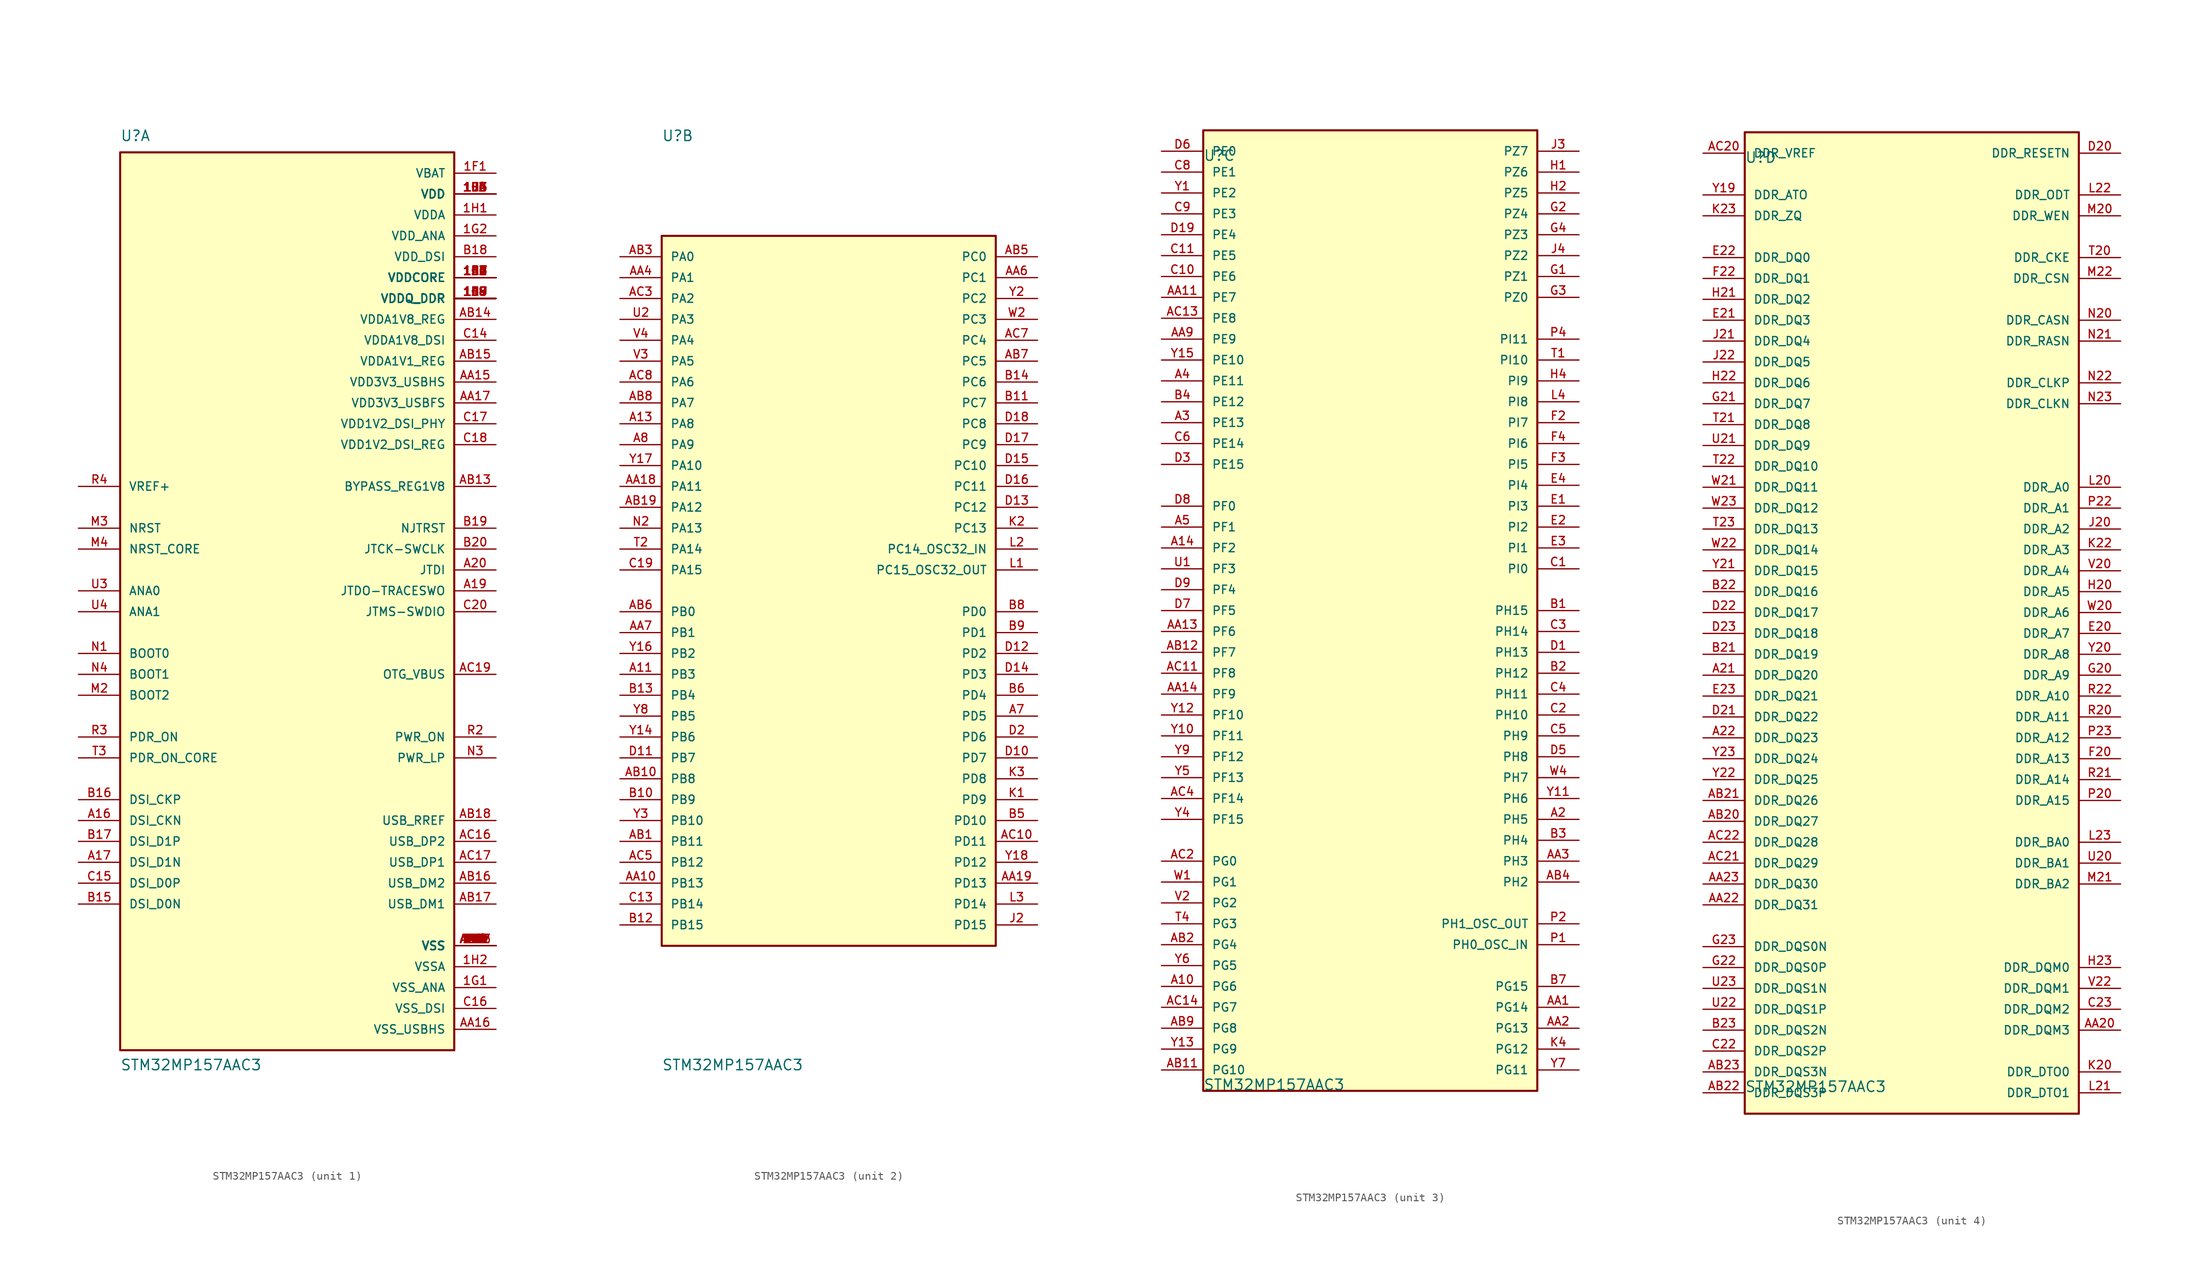
<source format=kicad_sym>
(kicad_symbol_lib
  (version 20211014)
  (generator kicad_symbol_editor)
  (symbol "STM32MP157AAC3"
    (pin_names
      (offset 1.016))
    (property "Reference" "U"
      (at -20.32 54.61 0)
      (effects (font (size 1.27 1.27)) (justify bottom left)))
    (property "Value" "STM32MP157AAC3"
      (at -20.32 -58.42 0)
      (effects (font (size 1.27 1.27)) (justify bottom left)))
    (symbol "STM32MP157AAC3_1_0"
      (rectangle (start -20.32 -55.88) (end 20.32 53.34) (stroke (width 0.254)) (fill (type background)))
      (pin input line (at 25.4 5.08 180.0) (length 5.08) (name "JTCK-SWCLK" (effects (font (size 1.016 1.016)))) (number "B20" (effects (font (size 1.016 1.016)))))
      (pin input line (at 25.4 2.54 180.0) (length 5.08) (name "JTDI" (effects (font (size 1.016 1.016)))) (number "A20" (effects (font (size 1.016 1.016)))))
      (pin output line (at 25.4 0.0 180.0) (length 5.08) (name "JTDO-TRACESWO" (effects (font (size 1.016 1.016)))) (number "A19" (effects (font (size 1.016 1.016)))))
      (pin bidirectional line (at 25.4 -2.54 180.0) (length 5.08) (name "JTMS-SWDIO" (effects (font (size 1.016 1.016)))) (number "C20" (effects (font (size 1.016 1.016)))))
      (pin input line (at 25.4 7.62 180.0) (length 5.08) (name "NJTRST" (effects (font (size 1.016 1.016)))) (number "B19" (effects (font (size 1.016 1.016)))))
      (pin input line (at -25.4 7.62 0) (length 5.08) (name "NRST" (effects (font (size 1.016 1.016)))) (number "M3" (effects (font (size 1.016 1.016)))))
      (pin input line (at -25.4 5.08 0) (length 5.08) (name "NRST_CORE" (effects (font (size 1.016 1.016)))) (number "M4" (effects (font (size 1.016 1.016)))))
      (pin input line (at -25.4 -7.62 0) (length 5.08) (name "BOOT0" (effects (font (size 1.016 1.016)))) (number "N1" (effects (font (size 1.016 1.016)))))
      (pin input line (at -25.4 -10.16 0) (length 5.08) (name "BOOT1" (effects (font (size 1.016 1.016)))) (number "N4" (effects (font (size 1.016 1.016)))))
      (pin input line (at -25.4 -12.7 0) (length 5.08) (name "BOOT2" (effects (font (size 1.016 1.016)))) (number "M2" (effects (font (size 1.016 1.016)))))
      (pin input line (at -25.4 -17.78 0) (length 5.08) (name "PDR_ON" (effects (font (size 1.016 1.016)))) (number "R3" (effects (font (size 1.016 1.016)))))
      (pin input line (at -25.4 -20.32 0) (length 5.08) (name "PDR_ON_CORE" (effects (font (size 1.016 1.016)))) (number "T3" (effects (font (size 1.016 1.016)))))
      (pin output line (at 25.4 -20.32 180.0) (length 5.08) (name "PWR_LP" (effects (font (size 1.016 1.016)))) (number "N3" (effects (font (size 1.016 1.016)))))
      (pin output line (at 25.4 -17.78 180.0) (length 5.08) (name "PWR_ON" (effects (font (size 1.016 1.016)))) (number "R2" (effects (font (size 1.016 1.016)))))
      (pin input line (at -25.4 0.0 0) (length 5.08) (name "ANA0" (effects (font (size 1.016 1.016)))) (number "U3" (effects (font (size 1.016 1.016)))))
      (pin input line (at -25.4 -2.54 0) (length 5.08) (name "ANA1" (effects (font (size 1.016 1.016)))) (number "U4" (effects (font (size 1.016 1.016)))))
      (pin bidirectional line (at 25.4 -10.16 180.0) (length 5.08) (name "OTG_VBUS" (effects (font (size 1.016 1.016)))) (number "AC19" (effects (font (size 1.016 1.016)))))
      (pin bidirectional line (at 25.4 -38.1 180.0) (length 5.08) (name "USB_DM1" (effects (font (size 1.016 1.016)))) (number "AB17" (effects (font (size 1.016 1.016)))))
      (pin bidirectional line (at 25.4 -35.56 180.0) (length 5.08) (name "USB_DM2" (effects (font (size 1.016 1.016)))) (number "AB16" (effects (font (size 1.016 1.016)))))
      (pin bidirectional line (at 25.4 -33.02 180.0) (length 5.08) (name "USB_DP1" (effects (font (size 1.016 1.016)))) (number "AC17" (effects (font (size 1.016 1.016)))))
      (pin bidirectional line (at 25.4 -30.48 180.0) (length 5.08) (name "USB_DP2" (effects (font (size 1.016 1.016)))) (number "AC16" (effects (font (size 1.016 1.016)))))
      (pin input line (at 25.4 -27.94 180.0) (length 5.08) (name "USB_RREF" (effects (font (size 1.016 1.016)))) (number "AB18" (effects (font (size 1.016 1.016)))))
      (pin power_in line (at 25.4 17.78 180.0) (length 5.08) (name "VDD1V2_DSI_REG" (effects (font (size 1.016 1.016)))) (number "C18" (effects (font (size 1.016 1.016)))))
      (pin power_in line (at 25.4 20.32 180.0) (length 5.08) (name "VDD1V2_DSI_PHY" (effects (font (size 1.016 1.016)))) (number "C17" (effects (font (size 1.016 1.016)))))
      (pin power_in line (at 25.4 22.86 180.0) (length 5.08) (name "VDD3V3_USBFS" (effects (font (size 1.016 1.016)))) (number "AA17" (effects (font (size 1.016 1.016)))))
      (pin power_in line (at 25.4 25.4 180.0) (length 5.08) (name "VDD3V3_USBHS" (effects (font (size 1.016 1.016)))) (number "AA15" (effects (font (size 1.016 1.016)))))
      (pin power_in line (at 25.4 27.94 180.0) (length 5.08) (name "VDDA1V1_REG" (effects (font (size 1.016 1.016)))) (number "AB15" (effects (font (size 1.016 1.016)))))
      (pin power_in line (at 25.4 30.48 180.0) (length 5.08) (name "VDDA1V8_DSI" (effects (font (size 1.016 1.016)))) (number "C14" (effects (font (size 1.016 1.016)))))
      (pin power_in line (at 25.4 33.02 180.0) (length 5.08) (name "VDDA1V8_REG" (effects (font (size 1.016 1.016)))) (number "AB14" (effects (font (size 1.016 1.016)))))
      (pin output line (at 25.4 12.7 180.0) (length 5.08) (name "BYPASS_REG1V8" (effects (font (size 1.016 1.016)))) (number "AB13" (effects (font (size 1.016 1.016)))))
      (pin power_in line (at 25.4 40.64 180.0) (length 5.08) (name "VDD_DSI" (effects (font (size 1.016 1.016)))) (number "B18" (effects (font (size 1.016 1.016)))))
      (pin input line (at -25.4 12.7 0) (length 5.08) (name "VREF+" (effects (font (size 1.016 1.016)))) (number "R4" (effects (font (size 1.016 1.016)))))
      (pin power_in line (at 25.4 -43.18 180.0) (length 5.08) (name "VSS" (effects (font (size 1.016 1.016)))) (number "1A3" (effects (font (size 1.016 1.016)))))
      (pin power_in line (at 25.4 -43.18 180.0) (length 5.08) (name "VSS" (effects (font (size 1.016 1.016)))) (number "1A5" (effects (font (size 1.016 1.016)))))
      (pin power_in line (at 25.4 -43.18 180.0) (length 5.08) (name "VSS" (effects (font (size 1.016 1.016)))) (number "1A7" (effects (font (size 1.016 1.016)))))
      (pin power_in line (at 25.4 -43.18 180.0) (length 5.08) (name "VSS" (effects (font (size 1.016 1.016)))) (number "1B2" (effects (font (size 1.016 1.016)))))
      (pin power_in line (at 25.4 -43.18 180.0) (length 5.08) (name "VSS" (effects (font (size 1.016 1.016)))) (number "1B4" (effects (font (size 1.016 1.016)))))
      (pin power_in line (at 25.4 -43.18 180.0) (length 5.08) (name "VSS" (effects (font (size 1.016 1.016)))) (number "1B6" (effects (font (size 1.016 1.016)))))
      (pin power_in line (at 25.4 -43.18 180.0) (length 5.08) (name "VSS" (effects (font (size 1.016 1.016)))) (number "1B8" (effects (font (size 1.016 1.016)))))
      (pin power_in line (at 25.4 -43.18 180.0) (length 5.08) (name "VSS" (effects (font (size 1.016 1.016)))) (number "1C1" (effects (font (size 1.016 1.016)))))
      (pin power_in line (at 25.4 -43.18 180.0) (length 5.08) (name "VSS" (effects (font (size 1.016 1.016)))) (number "1C3" (effects (font (size 1.016 1.016)))))
      (pin power_in line (at 25.4 -43.18 180.0) (length 5.08) (name "VSS" (effects (font (size 1.016 1.016)))) (number "1C5" (effects (font (size 1.016 1.016)))))
      (pin power_in line (at 25.4 -43.18 180.0) (length 5.08) (name "VSS" (effects (font (size 1.016 1.016)))) (number "1C7" (effects (font (size 1.016 1.016)))))
      (pin power_in line (at 25.4 -43.18 180.0) (length 5.08) (name "VSS" (effects (font (size 1.016 1.016)))) (number "1C9" (effects (font (size 1.016 1.016)))))
      (pin power_in line (at 25.4 -43.18 180.0) (length 5.08) (name "VSS" (effects (font (size 1.016 1.016)))) (number "1D2" (effects (font (size 1.016 1.016)))))
      (pin power_in line (at 25.4 -43.18 180.0) (length 5.08) (name "VSS" (effects (font (size 1.016 1.016)))) (number "1D4" (effects (font (size 1.016 1.016)))))
      (pin power_in line (at 25.4 -43.18 180.0) (length 5.08) (name "VSS" (effects (font (size 1.016 1.016)))) (number "1D6" (effects (font (size 1.016 1.016)))))
      (pin power_in line (at 25.4 -43.18 180.0) (length 5.08) (name "VSS" (effects (font (size 1.016 1.016)))) (number "1D8" (effects (font (size 1.016 1.016)))))
      (pin power_in line (at 25.4 -43.18 180.0) (length 5.08) (name "VSS" (effects (font (size 1.016 1.016)))) (number "1E1" (effects (font (size 1.016 1.016)))))
      (pin power_in line (at 25.4 -43.18 180.0) (length 5.08) (name "VSS" (effects (font (size 1.016 1.016)))) (number "1E3" (effects (font (size 1.016 1.016)))))
      (pin power_in line (at 25.4 -43.18 180.0) (length 5.08) (name "VSS" (effects (font (size 1.016 1.016)))) (number "1E5" (effects (font (size 1.016 1.016)))))
      (pin power_in line (at 25.4 -43.18 180.0) (length 5.08) (name "VSS" (effects (font (size 1.016 1.016)))) (number "1E7" (effects (font (size 1.016 1.016)))))
      (pin power_in line (at 25.4 -43.18 180.0) (length 5.08) (name "VSS" (effects (font (size 1.016 1.016)))) (number "1E9" (effects (font (size 1.016 1.016)))))
      (pin power_in line (at 25.4 -43.18 180.0) (length 5.08) (name "VSS" (effects (font (size 1.016 1.016)))) (number "1F2" (effects (font (size 1.016 1.016)))))
      (pin power_in line (at 25.4 -43.18 180.0) (length 5.08) (name "VSS" (effects (font (size 1.016 1.016)))) (number "1F4" (effects (font (size 1.016 1.016)))))
      (pin power_in line (at 25.4 -43.18 180.0) (length 5.08) (name "VSS" (effects (font (size 1.016 1.016)))) (number "1F6" (effects (font (size 1.016 1.016)))))
      (pin power_in line (at 25.4 -43.18 180.0) (length 5.08) (name "VSS" (effects (font (size 1.016 1.016)))) (number "1F8" (effects (font (size 1.016 1.016)))))
      (pin power_in line (at 25.4 -43.18 180.0) (length 5.08) (name "VSS" (effects (font (size 1.016 1.016)))) (number "1G3" (effects (font (size 1.016 1.016)))))
      (pin power_in line (at 25.4 -43.18 180.0) (length 5.08) (name "VSS" (effects (font (size 1.016 1.016)))) (number "1G5" (effects (font (size 1.016 1.016)))))
      (pin power_in line (at 25.4 -43.18 180.0) (length 5.08) (name "VSS" (effects (font (size 1.016 1.016)))) (number "1G7" (effects (font (size 1.016 1.016)))))
      (pin power_in line (at 25.4 -43.18 180.0) (length 5.08) (name "VSS" (effects (font (size 1.016 1.016)))) (number "1G9" (effects (font (size 1.016 1.016)))))
      (pin power_in line (at 25.4 -43.18 180.0) (length 5.08) (name "VSS" (effects (font (size 1.016 1.016)))) (number "1H4" (effects (font (size 1.016 1.016)))))
      (pin power_in line (at 25.4 -43.18 180.0) (length 5.08) (name "VSS" (effects (font (size 1.016 1.016)))) (number "1H6" (effects (font (size 1.016 1.016)))))
      (pin power_in line (at 25.4 -43.18 180.0) (length 5.08) (name "VSS" (effects (font (size 1.016 1.016)))) (number "1H8" (effects (font (size 1.016 1.016)))))
      (pin power_in line (at 25.4 -43.18 180.0) (length 5.08) (name "VSS" (effects (font (size 1.016 1.016)))) (number "1J3" (effects (font (size 1.016 1.016)))))
      (pin power_in line (at 25.4 -43.18 180.0) (length 5.08) (name "VSS" (effects (font (size 1.016 1.016)))) (number "1J5" (effects (font (size 1.016 1.016)))))
      (pin power_in line (at 25.4 -43.18 180.0) (length 5.08) (name "VSS" (effects (font (size 1.016 1.016)))) (number "1J7" (effects (font (size 1.016 1.016)))))
      (pin power_in line (at 25.4 -43.18 180.0) (length 5.08) (name "VSS" (effects (font (size 1.016 1.016)))) (number "A1" (effects (font (size 1.016 1.016)))))
      (pin power_in line (at 25.4 -43.18 180.0) (length 5.08) (name "VSS" (effects (font (size 1.016 1.016)))) (number "A23" (effects (font (size 1.016 1.016)))))
      (pin power_in line (at 25.4 -43.18 180.0) (length 5.08) (name "VSS" (effects (font (size 1.016 1.016)))) (number "AA5" (effects (font (size 1.016 1.016)))))
      (pin power_in line (at 25.4 -43.18 180.0) (length 5.08) (name "VSS" (effects (font (size 1.016 1.016)))) (number "AA8" (effects (font (size 1.016 1.016)))))
      (pin power_in line (at 25.4 -43.18 180.0) (length 5.08) (name "VSS" (effects (font (size 1.016 1.016)))) (number "AA12" (effects (font (size 1.016 1.016)))))
      (pin power_in line (at 25.4 -43.18 180.0) (length 5.08) (name "VSS" (effects (font (size 1.016 1.016)))) (number "AA21" (effects (font (size 1.016 1.016)))))
      (pin power_in line (at 25.4 -43.18 180.0) (length 5.08) (name "VSS" (effects (font (size 1.016 1.016)))) (number "AC1" (effects (font (size 1.016 1.016)))))
      (pin power_in line (at 25.4 -43.18 180.0) (length 5.08) (name "VSS" (effects (font (size 1.016 1.016)))) (number "AC23" (effects (font (size 1.016 1.016)))))
      (pin power_in line (at 25.4 -43.18 180.0) (length 5.08) (name "VSS" (effects (font (size 1.016 1.016)))) (number "C7" (effects (font (size 1.016 1.016)))))
      (pin power_in line (at 25.4 -43.18 180.0) (length 5.08) (name "VSS" (effects (font (size 1.016 1.016)))) (number "C12" (effects (font (size 1.016 1.016)))))
      (pin power_in line (at 25.4 -43.18 180.0) (length 5.08) (name "VSS" (effects (font (size 1.016 1.016)))) (number "C21" (effects (font (size 1.016 1.016)))))
      (pin power_in line (at 25.4 -43.18 180.0) (length 5.08) (name "VSS" (effects (font (size 1.016 1.016)))) (number "D4" (effects (font (size 1.016 1.016)))))
      (pin power_in line (at 25.4 -43.18 180.0) (length 5.08) (name "VSS" (effects (font (size 1.016 1.016)))) (number "F21" (effects (font (size 1.016 1.016)))))
      (pin power_in line (at 25.4 -43.18 180.0) (length 5.08) (name "VSS" (effects (font (size 1.016 1.016)))) (number "H3" (effects (font (size 1.016 1.016)))))
      (pin power_in line (at 25.4 -43.18 180.0) (length 5.08) (name "VSS" (effects (font (size 1.016 1.016)))) (number "K21" (effects (font (size 1.016 1.016)))))
      (pin power_in line (at 25.4 -43.18 180.0) (length 5.08) (name "VSS" (effects (font (size 1.016 1.016)))) (number "P3" (effects (font (size 1.016 1.016)))))
      (pin power_in line (at 25.4 -43.18 180.0) (length 5.08) (name "VSS" (effects (font (size 1.016 1.016)))) (number "P21" (effects (font (size 1.016 1.016)))))
      (pin power_in line (at 25.4 -43.18 180.0) (length 5.08) (name "VSS" (effects (font (size 1.016 1.016)))) (number "V21" (effects (font (size 1.016 1.016)))))
      (pin power_in line (at 25.4 -43.18 180.0) (length 5.08) (name "VSS" (effects (font (size 1.016 1.016)))) (number "W3" (effects (font (size 1.016 1.016)))))
      (pin power_in line (at 25.4 -50.8 180.0) (length 5.08) (name "VSS_DSI" (effects (font (size 1.016 1.016)))) (number "C16" (effects (font (size 1.016 1.016)))))
      (pin power_in line (at 25.4 -53.34 180.0) (length 5.08) (name "VSS_USBHS" (effects (font (size 1.016 1.016)))) (number "AA16" (effects (font (size 1.016 1.016)))))
      (pin input line (at -25.4 -38.1 0) (length 5.08) (name "DSI_D0N" (effects (font (size 1.016 1.016)))) (number "B15" (effects (font (size 1.016 1.016)))))
      (pin input line (at -25.4 -35.56 0) (length 5.08) (name "DSI_D0P" (effects (font (size 1.016 1.016)))) (number "C15" (effects (font (size 1.016 1.016)))))
      (pin input line (at -25.4 -33.02 0) (length 5.08) (name "DSI_D1N" (effects (font (size 1.016 1.016)))) (number "A17" (effects (font (size 1.016 1.016)))))
      (pin input line (at -25.4 -30.48 0) (length 5.08) (name "DSI_D1P" (effects (font (size 1.016 1.016)))) (number "B17" (effects (font (size 1.016 1.016)))))
      (pin input line (at -25.4 -27.94 0) (length 5.08) (name "DSI_CKN" (effects (font (size 1.016 1.016)))) (number "A16" (effects (font (size 1.016 1.016)))))
      (pin input line (at -25.4 -25.4 0) (length 5.08) (name "DSI_CKP" (effects (font (size 1.016 1.016)))) (number "B16" (effects (font (size 1.016 1.016)))))
      (pin power_in line (at 25.4 38.1 180.0) (length 5.08) (name "VDDCORE" (effects (font (size 1.016 1.016)))) (number "1A2" (effects (font (size 1.016 1.016)))))
      (pin power_in line (at 25.4 38.1 180.0) (length 5.08) (name "VDDCORE" (effects (font (size 1.016 1.016)))) (number "1A4" (effects (font (size 1.016 1.016)))))
      (pin power_in line (at 25.4 38.1 180.0) (length 5.08) (name "VDDCORE" (effects (font (size 1.016 1.016)))) (number "1A6" (effects (font (size 1.016 1.016)))))
      (pin power_in line (at 25.4 38.1 180.0) (length 5.08) (name "VDDCORE" (effects (font (size 1.016 1.016)))) (number "1B1" (effects (font (size 1.016 1.016)))))
      (pin power_in line (at 25.4 38.1 180.0) (length 5.08) (name "VDDCORE" (effects (font (size 1.016 1.016)))) (number "1B3" (effects (font (size 1.016 1.016)))))
      (pin power_in line (at 25.4 38.1 180.0) (length 5.08) (name "VDDCORE" (effects (font (size 1.016 1.016)))) (number "1B5" (effects (font (size 1.016 1.016)))))
      (pin power_in line (at 25.4 38.1 180.0) (length 5.08) (name "VDDCORE" (effects (font (size 1.016 1.016)))) (number "1C2" (effects (font (size 1.016 1.016)))))
      (pin power_in line (at 25.4 38.1 180.0) (length 5.08) (name "VDDCORE" (effects (font (size 1.016 1.016)))) (number "1C4" (effects (font (size 1.016 1.016)))))
      (pin power_in line (at 25.4 38.1 180.0) (length 5.08) (name "VDDCORE" (effects (font (size 1.016 1.016)))) (number "1C6" (effects (font (size 1.016 1.016)))))
      (pin power_in line (at 25.4 38.1 180.0) (length 5.08) (name "VDDCORE" (effects (font (size 1.016 1.016)))) (number "1D1" (effects (font (size 1.016 1.016)))))
      (pin power_in line (at 25.4 38.1 180.0) (length 5.08) (name "VDDCORE" (effects (font (size 1.016 1.016)))) (number "1D3" (effects (font (size 1.016 1.016)))))
      (pin power_in line (at 25.4 38.1 180.0) (length 5.08) (name "VDDCORE" (effects (font (size 1.016 1.016)))) (number "1D5" (effects (font (size 1.016 1.016)))))
      (pin power_in line (at 25.4 38.1 180.0) (length 5.08) (name "VDDCORE" (effects (font (size 1.016 1.016)))) (number "1D7" (effects (font (size 1.016 1.016)))))
      (pin power_in line (at 25.4 38.1 180.0) (length 5.08) (name "VDDCORE" (effects (font (size 1.016 1.016)))) (number "1E2" (effects (font (size 1.016 1.016)))))
      (pin power_in line (at 25.4 38.1 180.0) (length 5.08) (name "VDDCORE" (effects (font (size 1.016 1.016)))) (number "1E4" (effects (font (size 1.016 1.016)))))
      (pin power_in line (at 25.4 38.1 180.0) (length 5.08) (name "VDDCORE" (effects (font (size 1.016 1.016)))) (number "1E6" (effects (font (size 1.016 1.016)))))
      (pin power_in line (at 25.4 38.1 180.0) (length 5.08) (name "VDDCORE" (effects (font (size 1.016 1.016)))) (number "1F5" (effects (font (size 1.016 1.016)))))
      (pin power_in line (at 25.4 38.1 180.0) (length 5.08) (name "VDDCORE" (effects (font (size 1.016 1.016)))) (number "1F7" (effects (font (size 1.016 1.016)))))
      (pin power_in line (at 25.4 38.1 180.0) (length 5.08) (name "VDDCORE" (effects (font (size 1.016 1.016)))) (number "1G6" (effects (font (size 1.016 1.016)))))
      (pin power_in line (at 25.4 38.1 180.0) (length 5.08) (name "VDDCORE" (effects (font (size 1.016 1.016)))) (number "1H7" (effects (font (size 1.016 1.016)))))
      (pin power_in line (at 25.4 35.56 180.0) (length 5.08) (name "VDDQ_DDR" (effects (font (size 1.016 1.016)))) (number "1A8" (effects (font (size 1.016 1.016)))))
      (pin power_in line (at 25.4 35.56 180.0) (length 5.08) (name "VDDQ_DDR" (effects (font (size 1.016 1.016)))) (number "1B7" (effects (font (size 1.016 1.016)))))
      (pin power_in line (at 25.4 35.56 180.0) (length 5.08) (name "VDDQ_DDR" (effects (font (size 1.016 1.016)))) (number "1B9" (effects (font (size 1.016 1.016)))))
      (pin power_in line (at 25.4 35.56 180.0) (length 5.08) (name "VDDQ_DDR" (effects (font (size 1.016 1.016)))) (number "1C8" (effects (font (size 1.016 1.016)))))
      (pin power_in line (at 25.4 35.56 180.0) (length 5.08) (name "VDDQ_DDR" (effects (font (size 1.016 1.016)))) (number "1D9" (effects (font (size 1.016 1.016)))))
      (pin power_in line (at 25.4 35.56 180.0) (length 5.08) (name "VDDQ_DDR" (effects (font (size 1.016 1.016)))) (number "1E8" (effects (font (size 1.016 1.016)))))
      (pin power_in line (at 25.4 35.56 180.0) (length 5.08) (name "VDDQ_DDR" (effects (font (size 1.016 1.016)))) (number "1F9" (effects (font (size 1.016 1.016)))))
      (pin power_in line (at 25.4 35.56 180.0) (length 5.08) (name "VDDQ_DDR" (effects (font (size 1.016 1.016)))) (number "1G8" (effects (font (size 1.016 1.016)))))
      (pin power_in line (at 25.4 35.56 180.0) (length 5.08) (name "VDDQ_DDR" (effects (font (size 1.016 1.016)))) (number "1H9" (effects (font (size 1.016 1.016)))))
      (pin power_in line (at 25.4 35.56 180.0) (length 5.08) (name "VDDQ_DDR" (effects (font (size 1.016 1.016)))) (number "1J8" (effects (font (size 1.016 1.016)))))
      (pin power_in line (at 25.4 50.8 180.0) (length 5.08) (name "VBAT" (effects (font (size 1.016 1.016)))) (number "1F1" (effects (font (size 1.016 1.016)))))
      (pin power_in line (at 25.4 48.26 180.0) (length 5.08) (name "VDD" (effects (font (size 1.016 1.016)))) (number "1F3" (effects (font (size 1.016 1.016)))))
      (pin power_in line (at 25.4 48.26 180.0) (length 5.08) (name "VDD" (effects (font (size 1.016 1.016)))) (number "1G4" (effects (font (size 1.016 1.016)))))
      (pin power_in line (at 25.4 48.26 180.0) (length 5.08) (name "VDD" (effects (font (size 1.016 1.016)))) (number "1H3" (effects (font (size 1.016 1.016)))))
      (pin power_in line (at 25.4 48.26 180.0) (length 5.08) (name "VDD" (effects (font (size 1.016 1.016)))) (number "1H5" (effects (font (size 1.016 1.016)))))
      (pin power_in line (at 25.4 48.26 180.0) (length 5.08) (name "VDD" (effects (font (size 1.016 1.016)))) (number "1J2" (effects (font (size 1.016 1.016)))))
      (pin power_in line (at 25.4 48.26 180.0) (length 5.08) (name "VDD" (effects (font (size 1.016 1.016)))) (number "1J4" (effects (font (size 1.016 1.016)))))
      (pin power_in line (at 25.4 48.26 180.0) (length 5.08) (name "VDD" (effects (font (size 1.016 1.016)))) (number "1J6" (effects (font (size 1.016 1.016)))))
      (pin power_in line (at 25.4 -45.72 180.0) (length 5.08) (name "VSSA" (effects (font (size 1.016 1.016)))) (number "1H2" (effects (font (size 1.016 1.016)))))
      (pin power_in line (at 25.4 45.72 180.0) (length 5.08) (name "VDDA" (effects (font (size 1.016 1.016)))) (number "1H1" (effects (font (size 1.016 1.016)))))
      (pin power_in line (at 25.4 43.18 180.0) (length 5.08) (name "VDD_ANA" (effects (font (size 1.016 1.016)))) (number "1G2" (effects (font (size 1.016 1.016)))))
      (pin power_in line (at 25.4 -48.26 180.0) (length 5.08) (name "VSS_ANA" (effects (font (size 1.016 1.016)))) (number "1G1" (effects (font (size 1.016 1.016))))))
    (symbol "STM32MP157AAC3_2_0"
      (rectangle (start -20.32 -43.18) (end 20.32 43.18) (stroke (width 0.254)) (fill (type background)))
      (pin bidirectional line (at -25.4 40.64 0) (length 5.08) (name "PA0" (effects (font (size 1.016 1.016)))) (number "AB3" (effects (font (size 1.016 1.016)))))
      (pin bidirectional line (at -25.4 38.1 0) (length 5.08) (name "PA1" (effects (font (size 1.016 1.016)))) (number "AA4" (effects (font (size 1.016 1.016)))))
      (pin bidirectional line (at -25.4 35.56 0) (length 5.08) (name "PA2" (effects (font (size 1.016 1.016)))) (number "AC3" (effects (font (size 1.016 1.016)))))
      (pin bidirectional line (at -25.4 33.02 0) (length 5.08) (name "PA3" (effects (font (size 1.016 1.016)))) (number "U2" (effects (font (size 1.016 1.016)))))
      (pin bidirectional line (at -25.4 30.48 0) (length 5.08) (name "PA4" (effects (font (size 1.016 1.016)))) (number "V4" (effects (font (size 1.016 1.016)))))
      (pin bidirectional line (at -25.4 27.94 0) (length 5.08) (name "PA5" (effects (font (size 1.016 1.016)))) (number "V3" (effects (font (size 1.016 1.016)))))
      (pin bidirectional line (at -25.4 25.4 0) (length 5.08) (name "PA6" (effects (font (size 1.016 1.016)))) (number "AC8" (effects (font (size 1.016 1.016)))))
      (pin bidirectional line (at -25.4 22.86 0) (length 5.08) (name "PA7" (effects (font (size 1.016 1.016)))) (number "AB8" (effects (font (size 1.016 1.016)))))
      (pin bidirectional line (at -25.4 20.32 0) (length 5.08) (name "PA8" (effects (font (size 1.016 1.016)))) (number "A13" (effects (font (size 1.016 1.016)))))
      (pin bidirectional line (at -25.4 17.78 0) (length 5.08) (name "PA9" (effects (font (size 1.016 1.016)))) (number "A8" (effects (font (size 1.016 1.016)))))
      (pin bidirectional line (at -25.4 15.24 0) (length 5.08) (name "PA10" (effects (font (size 1.016 1.016)))) (number "Y17" (effects (font (size 1.016 1.016)))))
      (pin bidirectional line (at -25.4 12.7 0) (length 5.08) (name "PA11" (effects (font (size 1.016 1.016)))) (number "AA18" (effects (font (size 1.016 1.016)))))
      (pin bidirectional line (at -25.4 10.16 0) (length 5.08) (name "PA12" (effects (font (size 1.016 1.016)))) (number "AB19" (effects (font (size 1.016 1.016)))))
      (pin bidirectional line (at -25.4 7.62 0) (length 5.08) (name "PA13" (effects (font (size 1.016 1.016)))) (number "N2" (effects (font (size 1.016 1.016)))))
      (pin bidirectional line (at -25.4 5.08 0) (length 5.08) (name "PA14" (effects (font (size 1.016 1.016)))) (number "T2" (effects (font (size 1.016 1.016)))))
      (pin bidirectional line (at -25.4 2.54 0) (length 5.08) (name "PA15" (effects (font (size 1.016 1.016)))) (number "C19" (effects (font (size 1.016 1.016)))))
      (pin bidirectional line (at -25.4 -2.54 0) (length 5.08) (name "PB0" (effects (font (size 1.016 1.016)))) (number "AB6" (effects (font (size 1.016 1.016)))))
      (pin bidirectional line (at -25.4 -5.08 0) (length 5.08) (name "PB1" (effects (font (size 1.016 1.016)))) (number "AA7" (effects (font (size 1.016 1.016)))))
      (pin bidirectional line (at -25.4 -7.62 0) (length 5.08) (name "PB2" (effects (font (size 1.016 1.016)))) (number "Y16" (effects (font (size 1.016 1.016)))))
      (pin bidirectional line (at -25.4 -10.16 0) (length 5.08) (name "PB3" (effects (font (size 1.016 1.016)))) (number "A11" (effects (font (size 1.016 1.016)))))
      (pin bidirectional line (at -25.4 -12.7 0) (length 5.08) (name "PB4" (effects (font (size 1.016 1.016)))) (number "B13" (effects (font (size 1.016 1.016)))))
      (pin bidirectional line (at -25.4 -15.24 0) (length 5.08) (name "PB5" (effects (font (size 1.016 1.016)))) (number "Y8" (effects (font (size 1.016 1.016)))))
      (pin bidirectional line (at -25.4 -17.78 0) (length 5.08) (name "PB6" (effects (font (size 1.016 1.016)))) (number "Y14" (effects (font (size 1.016 1.016)))))
      (pin bidirectional line (at -25.4 -20.32 0) (length 5.08) (name "PB7" (effects (font (size 1.016 1.016)))) (number "D11" (effects (font (size 1.016 1.016)))))
      (pin bidirectional line (at -25.4 -22.86 0) (length 5.08) (name "PB8" (effects (font (size 1.016 1.016)))) (number "AB10" (effects (font (size 1.016 1.016)))))
      (pin bidirectional line (at -25.4 -25.4 0) (length 5.08) (name "PB9" (effects (font (size 1.016 1.016)))) (number "B10" (effects (font (size 1.016 1.016)))))
      (pin bidirectional line (at -25.4 -27.94 0) (length 5.08) (name "PB10" (effects (font (size 1.016 1.016)))) (number "Y3" (effects (font (size 1.016 1.016)))))
      (pin bidirectional line (at -25.4 -30.48 0) (length 5.08) (name "PB11" (effects (font (size 1.016 1.016)))) (number "AB1" (effects (font (size 1.016 1.016)))))
      (pin bidirectional line (at -25.4 -33.02 0) (length 5.08) (name "PB12" (effects (font (size 1.016 1.016)))) (number "AC5" (effects (font (size 1.016 1.016)))))
      (pin bidirectional line (at -25.4 -35.56 0) (length 5.08) (name "PB13" (effects (font (size 1.016 1.016)))) (number "AA10" (effects (font (size 1.016 1.016)))))
      (pin bidirectional line (at -25.4 -38.1 0) (length 5.08) (name "PB14" (effects (font (size 1.016 1.016)))) (number "C13" (effects (font (size 1.016 1.016)))))
      (pin bidirectional line (at -25.4 -40.64 0) (length 5.08) (name "PB15" (effects (font (size 1.016 1.016)))) (number "B12" (effects (font (size 1.016 1.016)))))
      (pin bidirectional line (at 25.4 40.64 180.0) (length 5.08) (name "PC0" (effects (font (size 1.016 1.016)))) (number "AB5" (effects (font (size 1.016 1.016)))))
      (pin bidirectional line (at 25.4 38.1 180.0) (length 5.08) (name "PC1" (effects (font (size 1.016 1.016)))) (number "AA6" (effects (font (size 1.016 1.016)))))
      (pin bidirectional line (at 25.4 35.56 180.0) (length 5.08) (name "PC2" (effects (font (size 1.016 1.016)))) (number "Y2" (effects (font (size 1.016 1.016)))))
      (pin bidirectional line (at 25.4 33.02 180.0) (length 5.08) (name "PC3" (effects (font (size 1.016 1.016)))) (number "W2" (effects (font (size 1.016 1.016)))))
      (pin bidirectional line (at 25.4 30.48 180.0) (length 5.08) (name "PC4" (effects (font (size 1.016 1.016)))) (number "AC7" (effects (font (size 1.016 1.016)))))
      (pin bidirectional line (at 25.4 27.94 180.0) (length 5.08) (name "PC5" (effects (font (size 1.016 1.016)))) (number "AB7" (effects (font (size 1.016 1.016)))))
      (pin bidirectional line (at 25.4 25.4 180.0) (length 5.08) (name "PC6" (effects (font (size 1.016 1.016)))) (number "B14" (effects (font (size 1.016 1.016)))))
      (pin bidirectional line (at 25.4 22.86 180.0) (length 5.08) (name "PC7" (effects (font (size 1.016 1.016)))) (number "B11" (effects (font (size 1.016 1.016)))))
      (pin bidirectional line (at 25.4 20.32 180.0) (length 5.08) (name "PC8" (effects (font (size 1.016 1.016)))) (number "D18" (effects (font (size 1.016 1.016)))))
      (pin bidirectional line (at 25.4 17.78 180.0) (length 5.08) (name "PC9" (effects (font (size 1.016 1.016)))) (number "D17" (effects (font (size 1.016 1.016)))))
      (pin bidirectional line (at 25.4 15.24 180.0) (length 5.08) (name "PC10" (effects (font (size 1.016 1.016)))) (number "D15" (effects (font (size 1.016 1.016)))))
      (pin bidirectional line (at 25.4 12.7 180.0) (length 5.08) (name "PC11" (effects (font (size 1.016 1.016)))) (number "D16" (effects (font (size 1.016 1.016)))))
      (pin bidirectional line (at 25.4 10.16 180.0) (length 5.08) (name "PC12" (effects (font (size 1.016 1.016)))) (number "D13" (effects (font (size 1.016 1.016)))))
      (pin bidirectional line (at 25.4 7.62 180.0) (length 5.08) (name "PC13" (effects (font (size 1.016 1.016)))) (number "K2" (effects (font (size 1.016 1.016)))))
      (pin bidirectional line (at 25.4 5.08 180.0) (length 5.08) (name "PC14_OSC32_IN" (effects (font (size 1.016 1.016)))) (number "L2" (effects (font (size 1.016 1.016)))))
      (pin bidirectional line (at 25.4 2.54 180.0) (length 5.08) (name "PC15_OSC32_OUT" (effects (font (size 1.016 1.016)))) (number "L1" (effects (font (size 1.016 1.016)))))
      (pin bidirectional line (at 25.4 -2.54 180.0) (length 5.08) (name "PD0" (effects (font (size 1.016 1.016)))) (number "B8" (effects (font (size 1.016 1.016)))))
      (pin bidirectional line (at 25.4 -5.08 180.0) (length 5.08) (name "PD1" (effects (font (size 1.016 1.016)))) (number "B9" (effects (font (size 1.016 1.016)))))
      (pin bidirectional line (at 25.4 -7.62 180.0) (length 5.08) (name "PD2" (effects (font (size 1.016 1.016)))) (number "D12" (effects (font (size 1.016 1.016)))))
      (pin bidirectional line (at 25.4 -10.16 180.0) (length 5.08) (name "PD3" (effects (font (size 1.016 1.016)))) (number "D14" (effects (font (size 1.016 1.016)))))
      (pin bidirectional line (at 25.4 -12.7 180.0) (length 5.08) (name "PD4" (effects (font (size 1.016 1.016)))) (number "B6" (effects (font (size 1.016 1.016)))))
      (pin bidirectional line (at 25.4 -15.24 180.0) (length 5.08) (name "PD5" (effects (font (size 1.016 1.016)))) (number "A7" (effects (font (size 1.016 1.016)))))
      (pin bidirectional line (at 25.4 -17.78 180.0) (length 5.08) (name "PD6" (effects (font (size 1.016 1.016)))) (number "D2" (effects (font (size 1.016 1.016)))))
      (pin bidirectional line (at 25.4 -20.32 180.0) (length 5.08) (name "PD7" (effects (font (size 1.016 1.016)))) (number "D10" (effects (font (size 1.016 1.016)))))
      (pin bidirectional line (at 25.4 -22.86 180.0) (length 5.08) (name "PD8" (effects (font (size 1.016 1.016)))) (number "K3" (effects (font (size 1.016 1.016)))))
      (pin bidirectional line (at 25.4 -25.4 180.0) (length 5.08) (name "PD9" (effects (font (size 1.016 1.016)))) (number "K1" (effects (font (size 1.016 1.016)))))
      (pin bidirectional line (at 25.4 -27.94 180.0) (length 5.08) (name "PD10" (effects (font (size 1.016 1.016)))) (number "B5" (effects (font (size 1.016 1.016)))))
      (pin bidirectional line (at 25.4 -30.48 180.0) (length 5.08) (name "PD11" (effects (font (size 1.016 1.016)))) (number "AC10" (effects (font (size 1.016 1.016)))))
      (pin bidirectional line (at 25.4 -33.02 180.0) (length 5.08) (name "PD12" (effects (font (size 1.016 1.016)))) (number "Y18" (effects (font (size 1.016 1.016)))))
      (pin bidirectional line (at 25.4 -35.56 180.0) (length 5.08) (name "PD13" (effects (font (size 1.016 1.016)))) (number "AA19" (effects (font (size 1.016 1.016)))))
      (pin bidirectional line (at 25.4 -38.1 180.0) (length 5.08) (name "PD14" (effects (font (size 1.016 1.016)))) (number "L3" (effects (font (size 1.016 1.016)))))
      (pin bidirectional line (at 25.4 -40.64 180.0) (length 5.08) (name "PD15" (effects (font (size 1.016 1.016)))) (number "J2" (effects (font (size 1.016 1.016))))))
    (symbol "STM32MP157AAC3_3_0"
      (rectangle (start -20.32 -58.42) (end 20.32 58.42) (stroke (width 0.254)) (fill (type background)))
      (pin bidirectional line (at -25.4 55.88 0) (length 5.08) (name "PE0" (effects (font (size 1.016 1.016)))) (number "D6" (effects (font (size 1.016 1.016)))))
      (pin bidirectional line (at -25.4 53.34 0) (length 5.08) (name "PE1" (effects (font (size 1.016 1.016)))) (number "C8" (effects (font (size 1.016 1.016)))))
      (pin bidirectional line (at -25.4 50.8 0) (length 5.08) (name "PE2" (effects (font (size 1.016 1.016)))) (number "Y1" (effects (font (size 1.016 1.016)))))
      (pin bidirectional line (at -25.4 48.26 0) (length 5.08) (name "PE3" (effects (font (size 1.016 1.016)))) (number "C9" (effects (font (size 1.016 1.016)))))
      (pin bidirectional line (at -25.4 45.72 0) (length 5.08) (name "PE4" (effects (font (size 1.016 1.016)))) (number "D19" (effects (font (size 1.016 1.016)))))
      (pin bidirectional line (at -25.4 43.18 0) (length 5.08) (name "PE5" (effects (font (size 1.016 1.016)))) (number "C11" (effects (font (size 1.016 1.016)))))
      (pin bidirectional line (at -25.4 40.64 0) (length 5.08) (name "PE6" (effects (font (size 1.016 1.016)))) (number "C10" (effects (font (size 1.016 1.016)))))
      (pin bidirectional line (at -25.4 38.1 0) (length 5.08) (name "PE7" (effects (font (size 1.016 1.016)))) (number "AA11" (effects (font (size 1.016 1.016)))))
      (pin bidirectional line (at -25.4 35.56 0) (length 5.08) (name "PE8" (effects (font (size 1.016 1.016)))) (number "AC13" (effects (font (size 1.016 1.016)))))
      (pin bidirectional line (at -25.4 33.02 0) (length 5.08) (name "PE9" (effects (font (size 1.016 1.016)))) (number "AA9" (effects (font (size 1.016 1.016)))))
      (pin bidirectional line (at -25.4 30.48 0) (length 5.08) (name "PE10" (effects (font (size 1.016 1.016)))) (number "Y15" (effects (font (size 1.016 1.016)))))
      (pin bidirectional line (at -25.4 27.94 0) (length 5.08) (name "PE11" (effects (font (size 1.016 1.016)))) (number "A4" (effects (font (size 1.016 1.016)))))
      (pin bidirectional line (at -25.4 25.4 0) (length 5.08) (name "PE12" (effects (font (size 1.016 1.016)))) (number "B4" (effects (font (size 1.016 1.016)))))
      (pin bidirectional line (at -25.4 22.86 0) (length 5.08) (name "PE13" (effects (font (size 1.016 1.016)))) (number "A3" (effects (font (size 1.016 1.016)))))
      (pin bidirectional line (at -25.4 20.32 0) (length 5.08) (name "PE14" (effects (font (size 1.016 1.016)))) (number "C6" (effects (font (size 1.016 1.016)))))
      (pin bidirectional line (at -25.4 17.78 0) (length 5.08) (name "PE15" (effects (font (size 1.016 1.016)))) (number "D3" (effects (font (size 1.016 1.016)))))
      (pin bidirectional line (at -25.4 12.7 0) (length 5.08) (name "PF0" (effects (font (size 1.016 1.016)))) (number "D8" (effects (font (size 1.016 1.016)))))
      (pin bidirectional line (at -25.4 10.16 0) (length 5.08) (name "PF1" (effects (font (size 1.016 1.016)))) (number "A5" (effects (font (size 1.016 1.016)))))
      (pin bidirectional line (at -25.4 7.62 0) (length 5.08) (name "PF2" (effects (font (size 1.016 1.016)))) (number "A14" (effects (font (size 1.016 1.016)))))
      (pin bidirectional line (at -25.4 5.08 0) (length 5.08) (name "PF3" (effects (font (size 1.016 1.016)))) (number "U1" (effects (font (size 1.016 1.016)))))
      (pin bidirectional line (at -25.4 2.54 0) (length 5.08) (name "PF4" (effects (font (size 1.016 1.016)))) (number "D9" (effects (font (size 1.016 1.016)))))
      (pin bidirectional line (at -25.4 0.0 0) (length 5.08) (name "PF5" (effects (font (size 1.016 1.016)))) (number "D7" (effects (font (size 1.016 1.016)))))
      (pin bidirectional line (at -25.4 -2.54 0) (length 5.08) (name "PF6" (effects (font (size 1.016 1.016)))) (number "AA13" (effects (font (size 1.016 1.016)))))
      (pin bidirectional line (at -25.4 -5.08 0) (length 5.08) (name "PF7" (effects (font (size 1.016 1.016)))) (number "AB12" (effects (font (size 1.016 1.016)))))
      (pin bidirectional line (at -25.4 -7.62 0) (length 5.08) (name "PF8" (effects (font (size 1.016 1.016)))) (number "AC11" (effects (font (size 1.016 1.016)))))
      (pin bidirectional line (at -25.4 -10.16 0) (length 5.08) (name "PF9" (effects (font (size 1.016 1.016)))) (number "AA14" (effects (font (size 1.016 1.016)))))
      (pin bidirectional line (at -25.4 -12.7 0) (length 5.08) (name "PF10" (effects (font (size 1.016 1.016)))) (number "Y12" (effects (font (size 1.016 1.016)))))
      (pin bidirectional line (at -25.4 -15.24 0) (length 5.08) (name "PF11" (effects (font (size 1.016 1.016)))) (number "Y10" (effects (font (size 1.016 1.016)))))
      (pin bidirectional line (at -25.4 -17.78 0) (length 5.08) (name "PF12" (effects (font (size 1.016 1.016)))) (number "Y9" (effects (font (size 1.016 1.016)))))
      (pin bidirectional line (at -25.4 -20.32 0) (length 5.08) (name "PF13" (effects (font (size 1.016 1.016)))) (number "Y5" (effects (font (size 1.016 1.016)))))
      (pin bidirectional line (at -25.4 -22.86 0) (length 5.08) (name "PF14" (effects (font (size 1.016 1.016)))) (number "AC4" (effects (font (size 1.016 1.016)))))
      (pin bidirectional line (at -25.4 -25.4 0) (length 5.08) (name "PF15" (effects (font (size 1.016 1.016)))) (number "Y4" (effects (font (size 1.016 1.016)))))
      (pin bidirectional line (at -25.4 -30.48 0) (length 5.08) (name "PG0" (effects (font (size 1.016 1.016)))) (number "AC2" (effects (font (size 1.016 1.016)))))
      (pin bidirectional line (at -25.4 -33.02 0) (length 5.08) (name "PG1" (effects (font (size 1.016 1.016)))) (number "W1" (effects (font (size 1.016 1.016)))))
      (pin bidirectional line (at -25.4 -35.56 0) (length 5.08) (name "PG2" (effects (font (size 1.016 1.016)))) (number "V2" (effects (font (size 1.016 1.016)))))
      (pin bidirectional line (at -25.4 -38.1 0) (length 5.08) (name "PG3" (effects (font (size 1.016 1.016)))) (number "T4" (effects (font (size 1.016 1.016)))))
      (pin bidirectional line (at -25.4 -40.64 0) (length 5.08) (name "PG4" (effects (font (size 1.016 1.016)))) (number "AB2" (effects (font (size 1.016 1.016)))))
      (pin bidirectional line (at -25.4 -43.18 0) (length 5.08) (name "PG5" (effects (font (size 1.016 1.016)))) (number "Y6" (effects (font (size 1.016 1.016)))))
      (pin bidirectional line (at -25.4 -45.72 0) (length 5.08) (name "PG6" (effects (font (size 1.016 1.016)))) (number "A10" (effects (font (size 1.016 1.016)))))
      (pin bidirectional line (at -25.4 -48.26 0) (length 5.08) (name "PG7" (effects (font (size 1.016 1.016)))) (number "AC14" (effects (font (size 1.016 1.016)))))
      (pin bidirectional line (at -25.4 -50.8 0) (length 5.08) (name "PG8" (effects (font (size 1.016 1.016)))) (number "AB9" (effects (font (size 1.016 1.016)))))
      (pin bidirectional line (at -25.4 -53.34 0) (length 5.08) (name "PG9" (effects (font (size 1.016 1.016)))) (number "Y13" (effects (font (size 1.016 1.016)))))
      (pin bidirectional line (at -25.4 -55.88 0) (length 5.08) (name "PG10" (effects (font (size 1.016 1.016)))) (number "AB11" (effects (font (size 1.016 1.016)))))
      (pin bidirectional line (at 25.4 -55.88 180.0) (length 5.08) (name "PG11" (effects (font (size 1.016 1.016)))) (number "Y7" (effects (font (size 1.016 1.016)))))
      (pin bidirectional line (at 25.4 -53.34 180.0) (length 5.08) (name "PG12" (effects (font (size 1.016 1.016)))) (number "K4" (effects (font (size 1.016 1.016)))))
      (pin bidirectional line (at 25.4 -50.8 180.0) (length 5.08) (name "PG13" (effects (font (size 1.016 1.016)))) (number "AA2" (effects (font (size 1.016 1.016)))))
      (pin bidirectional line (at 25.4 -48.26 180.0) (length 5.08) (name "PG14" (effects (font (size 1.016 1.016)))) (number "AA1" (effects (font (size 1.016 1.016)))))
      (pin bidirectional line (at 25.4 -45.72 180.0) (length 5.08) (name "PG15" (effects (font (size 1.016 1.016)))) (number "B7" (effects (font (size 1.016 1.016)))))
      (pin bidirectional line (at 25.4 -40.64 180.0) (length 5.08) (name "PH0_OSC_IN" (effects (font (size 1.016 1.016)))) (number "P1" (effects (font (size 1.016 1.016)))))
      (pin bidirectional line (at 25.4 -38.1 180.0) (length 5.08) (name "PH1_OSC_OUT" (effects (font (size 1.016 1.016)))) (number "P2" (effects (font (size 1.016 1.016)))))
      (pin bidirectional line (at 25.4 -33.02 180.0) (length 5.08) (name "PH2" (effects (font (size 1.016 1.016)))) (number "AB4" (effects (font (size 1.016 1.016)))))
      (pin bidirectional line (at 25.4 -30.48 180.0) (length 5.08) (name "PH3" (effects (font (size 1.016 1.016)))) (number "AA3" (effects (font (size 1.016 1.016)))))
      (pin bidirectional line (at 25.4 -27.94 180.0) (length 5.08) (name "PH4" (effects (font (size 1.016 1.016)))) (number "B3" (effects (font (size 1.016 1.016)))))
      (pin bidirectional line (at 25.4 -25.4 180.0) (length 5.08) (name "PH5" (effects (font (size 1.016 1.016)))) (number "A2" (effects (font (size 1.016 1.016)))))
      (pin bidirectional line (at 25.4 -22.86 180.0) (length 5.08) (name "PH6" (effects (font (size 1.016 1.016)))) (number "Y11" (effects (font (size 1.016 1.016)))))
      (pin bidirectional line (at 25.4 -20.32 180.0) (length 5.08) (name "PH7" (effects (font (size 1.016 1.016)))) (number "W4" (effects (font (size 1.016 1.016)))))
      (pin bidirectional line (at 25.4 -17.78 180.0) (length 5.08) (name "PH8" (effects (font (size 1.016 1.016)))) (number "D5" (effects (font (size 1.016 1.016)))))
      (pin bidirectional line (at 25.4 -15.24 180.0) (length 5.08) (name "PH9" (effects (font (size 1.016 1.016)))) (number "C5" (effects (font (size 1.016 1.016)))))
      (pin bidirectional line (at 25.4 -12.7 180.0) (length 5.08) (name "PH10" (effects (font (size 1.016 1.016)))) (number "C2" (effects (font (size 1.016 1.016)))))
      (pin bidirectional line (at 25.4 -10.16 180.0) (length 5.08) (name "PH11" (effects (font (size 1.016 1.016)))) (number "C4" (effects (font (size 1.016 1.016)))))
      (pin bidirectional line (at 25.4 -7.62 180.0) (length 5.08) (name "PH12" (effects (font (size 1.016 1.016)))) (number "B2" (effects (font (size 1.016 1.016)))))
      (pin bidirectional line (at 25.4 -5.08 180.0) (length 5.08) (name "PH13" (effects (font (size 1.016 1.016)))) (number "D1" (effects (font (size 1.016 1.016)))))
      (pin bidirectional line (at 25.4 -2.54 180.0) (length 5.08) (name "PH14" (effects (font (size 1.016 1.016)))) (number "C3" (effects (font (size 1.016 1.016)))))
      (pin bidirectional line (at 25.4 0.0 180.0) (length 5.08) (name "PH15" (effects (font (size 1.016 1.016)))) (number "B1" (effects (font (size 1.016 1.016)))))
      (pin bidirectional line (at 25.4 5.08 180.0) (length 5.08) (name "PI0" (effects (font (size 1.016 1.016)))) (number "C1" (effects (font (size 1.016 1.016)))))
      (pin bidirectional line (at 25.4 7.62 180.0) (length 5.08) (name "PI1" (effects (font (size 1.016 1.016)))) (number "E3" (effects (font (size 1.016 1.016)))))
      (pin bidirectional line (at 25.4 10.16 180.0) (length 5.08) (name "PI2" (effects (font (size 1.016 1.016)))) (number "E2" (effects (font (size 1.016 1.016)))))
      (pin bidirectional line (at 25.4 12.7 180.0) (length 5.08) (name "PI3" (effects (font (size 1.016 1.016)))) (number "E1" (effects (font (size 1.016 1.016)))))
      (pin bidirectional line (at 25.4 15.24 180.0) (length 5.08) (name "PI4" (effects (font (size 1.016 1.016)))) (number "E4" (effects (font (size 1.016 1.016)))))
      (pin bidirectional line (at 25.4 17.78 180.0) (length 5.08) (name "PI5" (effects (font (size 1.016 1.016)))) (number "F3" (effects (font (size 1.016 1.016)))))
      (pin bidirectional line (at 25.4 20.32 180.0) (length 5.08) (name "PI6" (effects (font (size 1.016 1.016)))) (number "F4" (effects (font (size 1.016 1.016)))))
      (pin bidirectional line (at 25.4 22.86 180.0) (length 5.08) (name "PI7" (effects (font (size 1.016 1.016)))) (number "F2" (effects (font (size 1.016 1.016)))))
      (pin bidirectional line (at 25.4 25.4 180.0) (length 5.08) (name "PI8" (effects (font (size 1.016 1.016)))) (number "L4" (effects (font (size 1.016 1.016)))))
      (pin bidirectional line (at 25.4 27.94 180.0) (length 5.08) (name "PI9" (effects (font (size 1.016 1.016)))) (number "H4" (effects (font (size 1.016 1.016)))))
      (pin bidirectional line (at 25.4 30.48 180.0) (length 5.08) (name "PI10" (effects (font (size 1.016 1.016)))) (number "T1" (effects (font (size 1.016 1.016)))))
      (pin bidirectional line (at 25.4 33.02 180.0) (length 5.08) (name "PI11" (effects (font (size 1.016 1.016)))) (number "P4" (effects (font (size 1.016 1.016)))))
      (pin bidirectional line (at 25.4 38.1 180.0) (length 5.08) (name "PZ0" (effects (font (size 1.016 1.016)))) (number "G3" (effects (font (size 1.016 1.016)))))
      (pin bidirectional line (at 25.4 40.64 180.0) (length 5.08) (name "PZ1" (effects (font (size 1.016 1.016)))) (number "G1" (effects (font (size 1.016 1.016)))))
      (pin bidirectional line (at 25.4 43.18 180.0) (length 5.08) (name "PZ2" (effects (font (size 1.016 1.016)))) (number "J4" (effects (font (size 1.016 1.016)))))
      (pin bidirectional line (at 25.4 45.72 180.0) (length 5.08) (name "PZ3" (effects (font (size 1.016 1.016)))) (number "G4" (effects (font (size 1.016 1.016)))))
      (pin bidirectional line (at 25.4 48.26 180.0) (length 5.08) (name "PZ4" (effects (font (size 1.016 1.016)))) (number "G2" (effects (font (size 1.016 1.016)))))
      (pin bidirectional line (at 25.4 50.8 180.0) (length 5.08) (name "PZ5" (effects (font (size 1.016 1.016)))) (number "H2" (effects (font (size 1.016 1.016)))))
      (pin bidirectional line (at 25.4 53.34 180.0) (length 5.08) (name "PZ6" (effects (font (size 1.016 1.016)))) (number "H1" (effects (font (size 1.016 1.016)))))
      (pin bidirectional line (at 25.4 55.88 180.0) (length 5.08) (name "PZ7" (effects (font (size 1.016 1.016)))) (number "J3" (effects (font (size 1.016 1.016))))))
    (symbol "STM32MP157AAC3_4_0"
      (rectangle (start -20.32 -60.96) (end 20.32 58.42) (stroke (width 0.254)) (fill (type background)))
      (pin output line (at 25.4 15.24 180.0) (length 5.08) (name "DDR_A0" (effects (font (size 1.016 1.016)))) (number "L20" (effects (font (size 1.016 1.016)))))
      (pin output line (at 25.4 12.7 180.0) (length 5.08) (name "DDR_A1" (effects (font (size 1.016 1.016)))) (number "P22" (effects (font (size 1.016 1.016)))))
      (pin output line (at 25.4 10.16 180.0) (length 5.08) (name "DDR_A2" (effects (font (size 1.016 1.016)))) (number "J20" (effects (font (size 1.016 1.016)))))
      (pin output line (at 25.4 7.62 180.0) (length 5.08) (name "DDR_A3" (effects (font (size 1.016 1.016)))) (number "K22" (effects (font (size 1.016 1.016)))))
      (pin output line (at 25.4 5.08 180.0) (length 5.08) (name "DDR_A4" (effects (font (size 1.016 1.016)))) (number "V20" (effects (font (size 1.016 1.016)))))
      (pin output line (at 25.4 2.54 180.0) (length 5.08) (name "DDR_A5" (effects (font (size 1.016 1.016)))) (number "H20" (effects (font (size 1.016 1.016)))))
      (pin output line (at 25.4 0.0 180.0) (length 5.08) (name "DDR_A6" (effects (font (size 1.016 1.016)))) (number "W20" (effects (font (size 1.016 1.016)))))
      (pin output line (at 25.4 -2.54 180.0) (length 5.08) (name "DDR_A7" (effects (font (size 1.016 1.016)))) (number "E20" (effects (font (size 1.016 1.016)))))
      (pin output line (at 25.4 -5.08 180.0) (length 5.08) (name "DDR_A8" (effects (font (size 1.016 1.016)))) (number "Y20" (effects (font (size 1.016 1.016)))))
      (pin output line (at 25.4 -7.62 180.0) (length 5.08) (name "DDR_A9" (effects (font (size 1.016 1.016)))) (number "G20" (effects (font (size 1.016 1.016)))))
      (pin output line (at 25.4 -10.16 180.0) (length 5.08) (name "DDR_A10" (effects (font (size 1.016 1.016)))) (number "R22" (effects (font (size 1.016 1.016)))))
      (pin output line (at 25.4 -12.7 180.0) (length 5.08) (name "DDR_A11" (effects (font (size 1.016 1.016)))) (number "R20" (effects (font (size 1.016 1.016)))))
      (pin output line (at 25.4 -15.24 180.0) (length 5.08) (name "DDR_A12" (effects (font (size 1.016 1.016)))) (number "P23" (effects (font (size 1.016 1.016)))))
      (pin output line (at 25.4 -17.78 180.0) (length 5.08) (name "DDR_A13" (effects (font (size 1.016 1.016)))) (number "F20" (effects (font (size 1.016 1.016)))))
      (pin output line (at 25.4 -20.32 180.0) (length 5.08) (name "DDR_A14" (effects (font (size 1.016 1.016)))) (number "R21" (effects (font (size 1.016 1.016)))))
      (pin output line (at 25.4 -22.86 180.0) (length 5.08) (name "DDR_A15" (effects (font (size 1.016 1.016)))) (number "P20" (effects (font (size 1.016 1.016)))))
      (pin output line (at 25.4 -27.94 180.0) (length 5.08) (name "DDR_BA0" (effects (font (size 1.016 1.016)))) (number "L23" (effects (font (size 1.016 1.016)))))
      (pin output line (at 25.4 -30.48 180.0) (length 5.08) (name "DDR_BA1" (effects (font (size 1.016 1.016)))) (number "U20" (effects (font (size 1.016 1.016)))))
      (pin output line (at 25.4 -33.02 180.0) (length 5.08) (name "DDR_BA2" (effects (font (size 1.016 1.016)))) (number "M21" (effects (font (size 1.016 1.016)))))
      (pin output line (at 25.4 35.56 180.0) (length 5.08) (name "DDR_CASN" (effects (font (size 1.016 1.016)))) (number "N20" (effects (font (size 1.016 1.016)))))
      (pin output line (at 25.4 43.18 180.0) (length 5.08) (name "DDR_CKE" (effects (font (size 1.016 1.016)))) (number "T20" (effects (font (size 1.016 1.016)))))
      (pin output line (at 25.4 25.4 180.0) (length 5.08) (name "DDR_CLKN" (effects (font (size 1.016 1.016)))) (number "N23" (effects (font (size 1.016 1.016)))))
      (pin output line (at 25.4 27.94 180.0) (length 5.08) (name "DDR_CLKP" (effects (font (size 1.016 1.016)))) (number "N22" (effects (font (size 1.016 1.016)))))
      (pin output line (at 25.4 40.64 180.0) (length 5.08) (name "DDR_CSN" (effects (font (size 1.016 1.016)))) (number "M22" (effects (font (size 1.016 1.016)))))
      (pin bidirectional line (at -25.4 43.18 0) (length 5.08) (name "DDR_DQ0" (effects (font (size 1.016 1.016)))) (number "E22" (effects (font (size 1.016 1.016)))))
      (pin bidirectional line (at -25.4 40.64 0) (length 5.08) (name "DDR_DQ1" (effects (font (size 1.016 1.016)))) (number "F22" (effects (font (size 1.016 1.016)))))
      (pin bidirectional line (at -25.4 38.1 0) (length 5.08) (name "DDR_DQ2" (effects (font (size 1.016 1.016)))) (number "H21" (effects (font (size 1.016 1.016)))))
      (pin bidirectional line (at -25.4 35.56 0) (length 5.08) (name "DDR_DQ3" (effects (font (size 1.016 1.016)))) (number "E21" (effects (font (size 1.016 1.016)))))
      (pin bidirectional line (at -25.4 33.02 0) (length 5.08) (name "DDR_DQ4" (effects (font (size 1.016 1.016)))) (number "J21" (effects (font (size 1.016 1.016)))))
      (pin bidirectional line (at -25.4 30.48 0) (length 5.08) (name "DDR_DQ5" (effects (font (size 1.016 1.016)))) (number "J22" (effects (font (size 1.016 1.016)))))
      (pin bidirectional line (at -25.4 27.94 0) (length 5.08) (name "DDR_DQ6" (effects (font (size 1.016 1.016)))) (number "H22" (effects (font (size 1.016 1.016)))))
      (pin bidirectional line (at -25.4 25.4 0) (length 5.08) (name "DDR_DQ7" (effects (font (size 1.016 1.016)))) (number "G21" (effects (font (size 1.016 1.016)))))
      (pin bidirectional line (at -25.4 22.86 0) (length 5.08) (name "DDR_DQ8" (effects (font (size 1.016 1.016)))) (number "T21" (effects (font (size 1.016 1.016)))))
      (pin bidirectional line (at -25.4 20.32 0) (length 5.08) (name "DDR_DQ9" (effects (font (size 1.016 1.016)))) (number "U21" (effects (font (size 1.016 1.016)))))
      (pin bidirectional line (at -25.4 17.78 0) (length 5.08) (name "DDR_DQ10" (effects (font (size 1.016 1.016)))) (number "T22" (effects (font (size 1.016 1.016)))))
      (pin bidirectional line (at -25.4 15.24 0) (length 5.08) (name "DDR_DQ11" (effects (font (size 1.016 1.016)))) (number "W21" (effects (font (size 1.016 1.016)))))
      (pin bidirectional line (at -25.4 12.7 0) (length 5.08) (name "DDR_DQ12" (effects (font (size 1.016 1.016)))) (number "W23" (effects (font (size 1.016 1.016)))))
      (pin bidirectional line (at -25.4 10.16 0) (length 5.08) (name "DDR_DQ13" (effects (font (size 1.016 1.016)))) (number "T23" (effects (font (size 1.016 1.016)))))
      (pin bidirectional line (at -25.4 7.62 0) (length 5.08) (name "DDR_DQ14" (effects (font (size 1.016 1.016)))) (number "W22" (effects (font (size 1.016 1.016)))))
      (pin bidirectional line (at -25.4 5.08 0) (length 5.08) (name "DDR_DQ15" (effects (font (size 1.016 1.016)))) (number "Y21" (effects (font (size 1.016 1.016)))))
      (pin bidirectional line (at -25.4 2.54 0) (length 5.08) (name "DDR_DQ16" (effects (font (size 1.016 1.016)))) (number "B22" (effects (font (size 1.016 1.016)))))
      (pin bidirectional line (at -25.4 0.0 0) (length 5.08) (name "DDR_DQ17" (effects (font (size 1.016 1.016)))) (number "D22" (effects (font (size 1.016 1.016)))))
      (pin bidirectional line (at -25.4 -2.54 0) (length 5.08) (name "DDR_DQ18" (effects (font (size 1.016 1.016)))) (number "D23" (effects (font (size 1.016 1.016)))))
      (pin bidirectional line (at -25.4 -5.08 0) (length 5.08) (name "DDR_DQ19" (effects (font (size 1.016 1.016)))) (number "B21" (effects (font (size 1.016 1.016)))))
      (pin bidirectional line (at -25.4 -7.62 0) (length 5.08) (name "DDR_DQ20" (effects (font (size 1.016 1.016)))) (number "A21" (effects (font (size 1.016 1.016)))))
      (pin bidirectional line (at -25.4 -10.16 0) (length 5.08) (name "DDR_DQ21" (effects (font (size 1.016 1.016)))) (number "E23" (effects (font (size 1.016 1.016)))))
      (pin bidirectional line (at -25.4 -12.7 0) (length 5.08) (name "DDR_DQ22" (effects (font (size 1.016 1.016)))) (number "D21" (effects (font (size 1.016 1.016)))))
      (pin bidirectional line (at -25.4 -15.24 0) (length 5.08) (name "DDR_DQ23" (effects (font (size 1.016 1.016)))) (number "A22" (effects (font (size 1.016 1.016)))))
      (pin bidirectional line (at -25.4 -17.78 0) (length 5.08) (name "DDR_DQ24" (effects (font (size 1.016 1.016)))) (number "Y23" (effects (font (size 1.016 1.016)))))
      (pin bidirectional line (at -25.4 -20.32 0) (length 5.08) (name "DDR_DQ25" (effects (font (size 1.016 1.016)))) (number "Y22" (effects (font (size 1.016 1.016)))))
      (pin bidirectional line (at -25.4 -22.86 0) (length 5.08) (name "DDR_DQ26" (effects (font (size 1.016 1.016)))) (number "AB21" (effects (font (size 1.016 1.016)))))
      (pin bidirectional line (at -25.4 -25.4 0) (length 5.08) (name "DDR_DQ27" (effects (font (size 1.016 1.016)))) (number "AB20" (effects (font (size 1.016 1.016)))))
      (pin bidirectional line (at -25.4 -27.94 0) (length 5.08) (name "DDR_DQ28" (effects (font (size 1.016 1.016)))) (number "AC22" (effects (font (size 1.016 1.016)))))
      (pin bidirectional line (at -25.4 -30.48 0) (length 5.08) (name "DDR_DQ29" (effects (font (size 1.016 1.016)))) (number "AC21" (effects (font (size 1.016 1.016)))))
      (pin bidirectional line (at -25.4 -33.02 0) (length 5.08) (name "DDR_DQ30" (effects (font (size 1.016 1.016)))) (number "AA23" (effects (font (size 1.016 1.016)))))
      (pin bidirectional line (at -25.4 -35.56 0) (length 5.08) (name "DDR_DQ31" (effects (font (size 1.016 1.016)))) (number "AA22" (effects (font (size 1.016 1.016)))))
      (pin output line (at 25.4 -43.18 180.0) (length 5.08) (name "DDR_DQM0" (effects (font (size 1.016 1.016)))) (number "H23" (effects (font (size 1.016 1.016)))))
      (pin output line (at 25.4 -45.72 180.0) (length 5.08) (name "DDR_DQM1" (effects (font (size 1.016 1.016)))) (number "V22" (effects (font (size 1.016 1.016)))))
      (pin output line (at 25.4 -48.26 180.0) (length 5.08) (name "DDR_DQM2" (effects (font (size 1.016 1.016)))) (number "C23" (effects (font (size 1.016 1.016)))))
      (pin output line (at 25.4 -50.8 180.0) (length 5.08) (name "DDR_DQM3" (effects (font (size 1.016 1.016)))) (number "AA20" (effects (font (size 1.016 1.016)))))
      (pin bidirectional line (at -25.4 -40.64 0) (length 5.08) (name "DDR_DQS0N" (effects (font (size 1.016 1.016)))) (number "G23" (effects (font (size 1.016 1.016)))))
      (pin bidirectional line (at -25.4 -43.18 0) (length 5.08) (name "DDR_DQS0P" (effects (font (size 1.016 1.016)))) (number "G22" (effects (font (size 1.016 1.016)))))
      (pin bidirectional line (at -25.4 -45.72 0) (length 5.08) (name "DDR_DQS1N" (effects (font (size 1.016 1.016)))) (number "U23" (effects (font (size 1.016 1.016)))))
      (pin bidirectional line (at -25.4 -48.26 0) (length 5.08) (name "DDR_DQS1P" (effects (font (size 1.016 1.016)))) (number "U22" (effects (font (size 1.016 1.016)))))
      (pin bidirectional line (at -25.4 -50.8 0) (length 5.08) (name "DDR_DQS2N" (effects (font (size 1.016 1.016)))) (number "B23" (effects (font (size 1.016 1.016)))))
      (pin bidirectional line (at -25.4 -53.34 0) (length 5.08) (name "DDR_DQS2P" (effects (font (size 1.016 1.016)))) (number "C22" (effects (font (size 1.016 1.016)))))
      (pin bidirectional line (at -25.4 -55.88 0) (length 5.08) (name "DDR_DQS3N" (effects (font (size 1.016 1.016)))) (number "AB23" (effects (font (size 1.016 1.016)))))
      (pin bidirectional line (at -25.4 -58.42 0) (length 5.08) (name "DDR_DQS3P" (effects (font (size 1.016 1.016)))) (number "AB22" (effects (font (size 1.016 1.016)))))
      (pin output line (at 25.4 -55.88 180.0) (length 5.08) (name "DDR_DTO0" (effects (font (size 1.016 1.016)))) (number "K20" (effects (font (size 1.016 1.016)))))
      (pin output line (at 25.4 -58.42 180.0) (length 5.08) (name "DDR_DTO1" (effects (font (size 1.016 1.016)))) (number "L21" (effects (font (size 1.016 1.016)))))
      (pin output line (at 25.4 50.8 180.0) (length 5.08) (name "DDR_ODT" (effects (font (size 1.016 1.016)))) (number "L22" (effects (font (size 1.016 1.016)))))
      (pin output line (at 25.4 33.02 180.0) (length 5.08) (name "DDR_RASN" (effects (font (size 1.016 1.016)))) (number "N21" (effects (font (size 1.016 1.016)))))
      (pin output line (at 25.4 55.88 180.0) (length 5.08) (name "DDR_RESETN" (effects (font (size 1.016 1.016)))) (number "D20" (effects (font (size 1.016 1.016)))))
      (pin output line (at 25.4 48.26 180.0) (length 5.08) (name "DDR_WEN" (effects (font (size 1.016 1.016)))) (number "M20" (effects (font (size 1.016 1.016)))))
      (pin input line (at -25.4 50.8 0) (length 5.08) (name "DDR_ATO" (effects (font (size 1.016 1.016)))) (number "Y19" (effects (font (size 1.016 1.016)))))
      (pin input line (at -25.4 55.88 0) (length 5.08) (name "DDR_VREF" (effects (font (size 1.016 1.016)))) (number "AC20" (effects (font (size 1.016 1.016)))))
      (pin input line (at -25.4 48.26 0) (length 5.08) (name "DDR_ZQ" (effects (font (size 1.016 1.016)))) (number "K23" (effects (font (size 1.016 1.016))))))))
</source>
